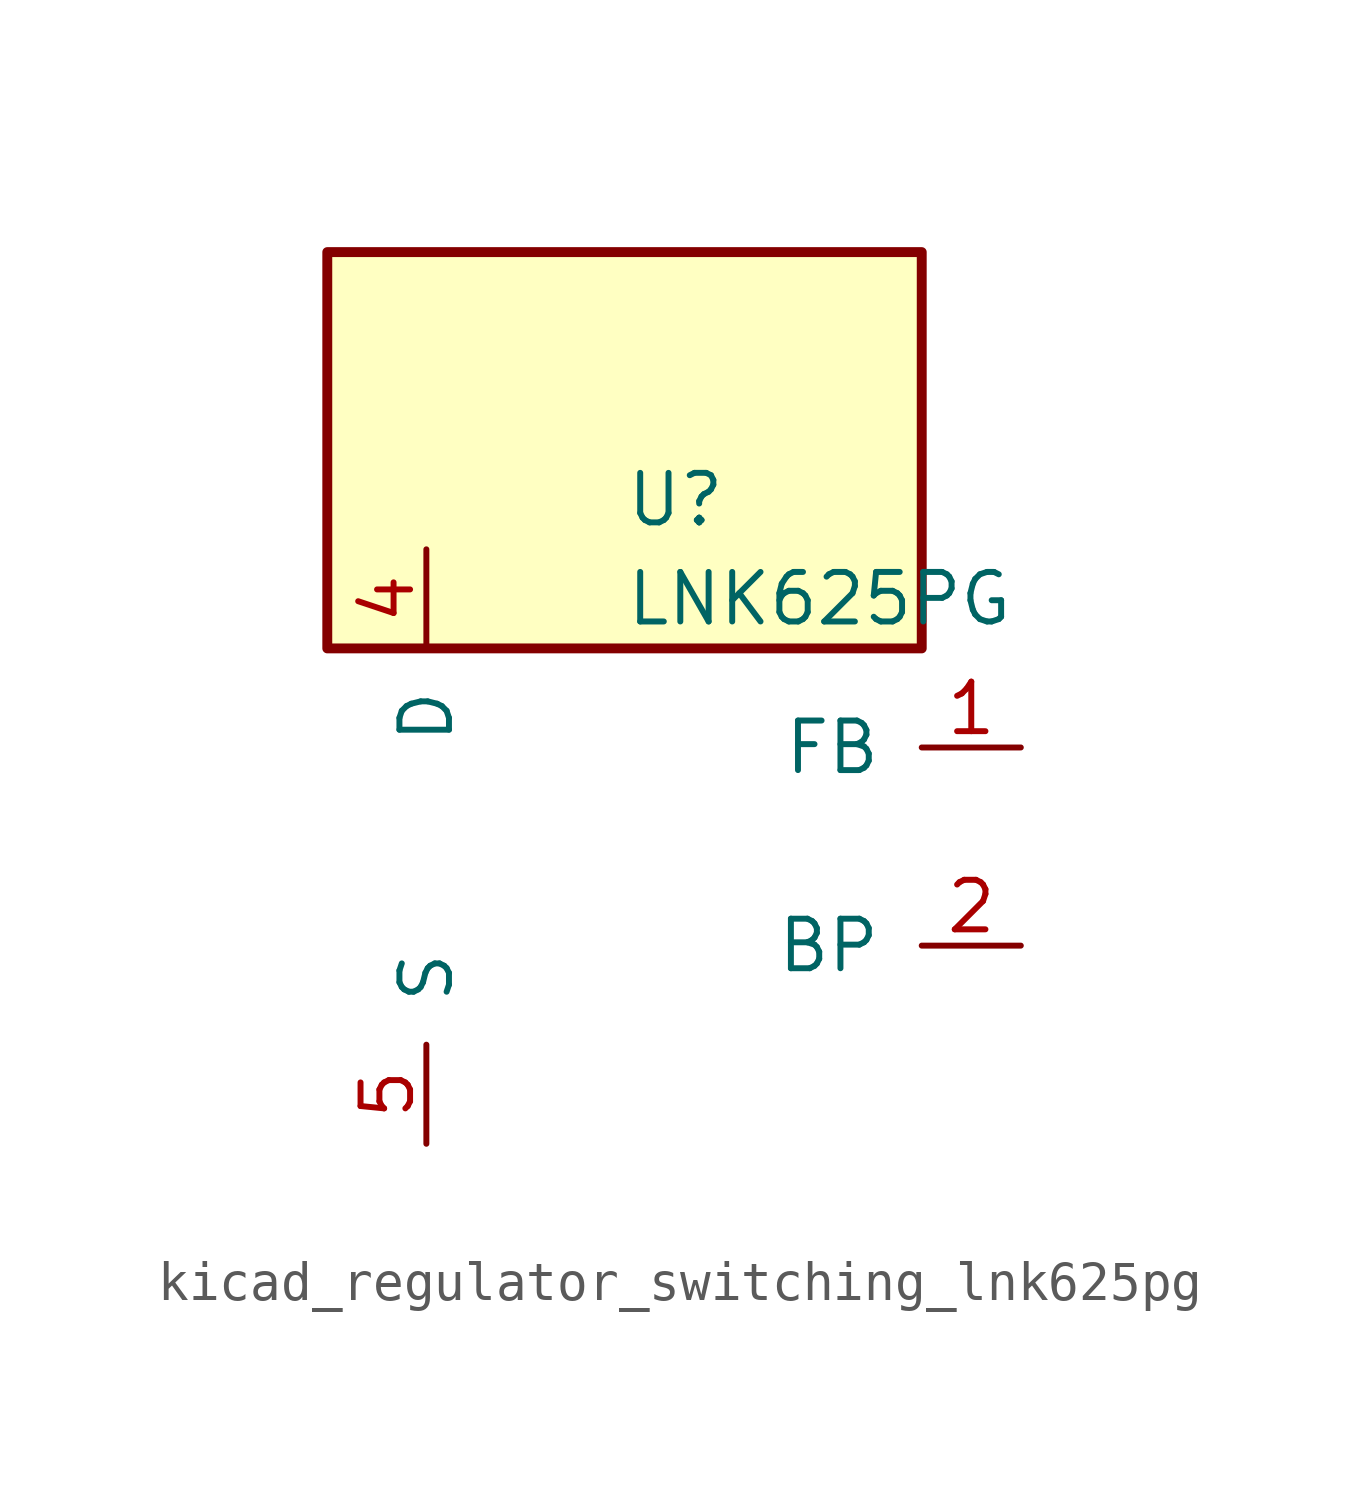
<source format=kicad_sym>
(kicad_symbol_lib
  (version 20220914)
  (generator kicad_symbol_editor)
  (symbol "kicad_regulator_switching_lnk625pg"
    (pin_names
      (offset 1.016))
    (property "Reference" "U"
      (at 0 8.89 0)
      (effects (font (size 1.27 1.27)) (justify left)))
    (property "Value" "LNK625PG"
      (at 0 6.35 0)
      (effects (font (size 1.27 1.27)) (justify left)))
    (symbol "kicad_regulator_switching_lnk625pg_0_1"
      (rectangle (start 7.62 15.24) (end -7.62 5.08) (stroke (width 0.254) (type default)) (fill (type background))))
    (symbol "kicad_regulator_switching_lnk625pg_1_1"
      (pin input line (at 10.16 2.54 180) (length 2.54) (name "FB" (effects (font (size 1.27 1.27)))) (number "1" (effects (font (size 1.27 1.27)))))
      (pin input line (at 10.16 -2.54 180) (length 2.54) (name "BP" (effects (font (size 1.27 1.27)))) (number "2" (effects (font (size 1.27 1.27)))))
      (pin open_collector line (at -5.08 7.62 270) (length 2.54) (name "D" (effects (font (size 1.27 1.27)))) (number "4" (effects (font (size 1.27 1.27)))))
      (pin power_in line (at -5.08 -7.62 90) (length 2.54) (name "S" (effects (font (size 1.27 1.27)))) (number "5" (effects (font (size 1.27 1.27)))))
      (pin passive line (at -5.08 -7.62 90) (length 2.54) hide (name "S" (effects (font (size 1.27 1.27)))) (number "6" (effects (font (size 1.27 1.27)))))
      (pin passive line (at -5.08 -7.62 90) (length 2.54) hide (name "S" (effects (font (size 1.27 1.27)))) (number "7" (effects (font (size 1.27 1.27)))))
      (pin passive line (at -5.08 -7.62 90) (length 2.54) hide (name "S" (effects (font (size 1.27 1.27)))) (number "8" (effects (font (size 1.27 1.27))))))))
</source>
